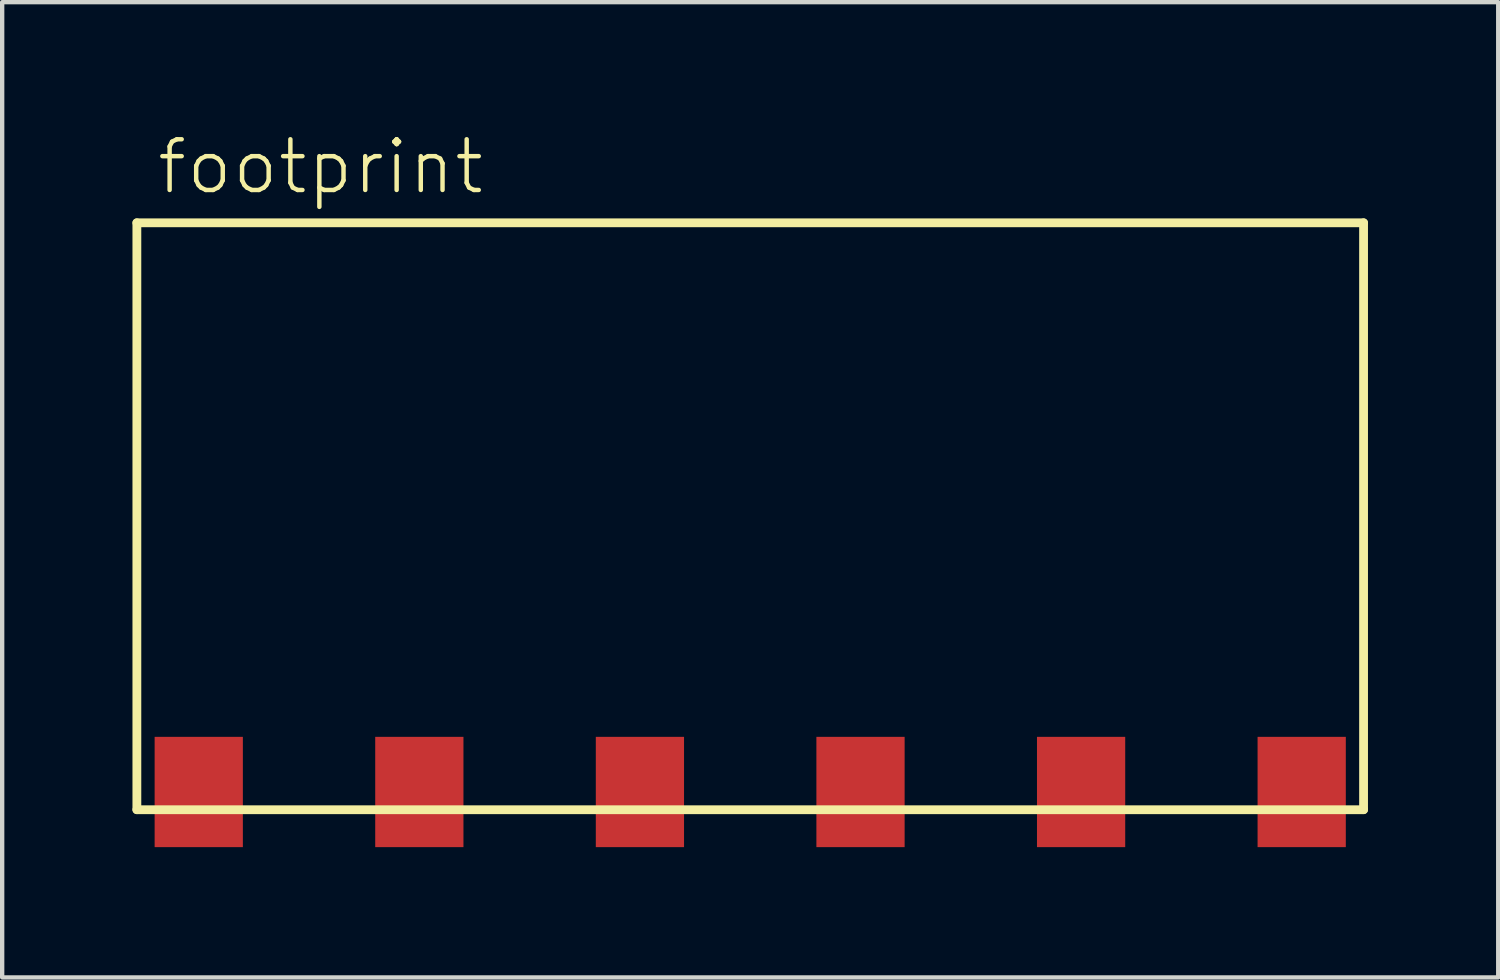
<source format=kicad_pcb>
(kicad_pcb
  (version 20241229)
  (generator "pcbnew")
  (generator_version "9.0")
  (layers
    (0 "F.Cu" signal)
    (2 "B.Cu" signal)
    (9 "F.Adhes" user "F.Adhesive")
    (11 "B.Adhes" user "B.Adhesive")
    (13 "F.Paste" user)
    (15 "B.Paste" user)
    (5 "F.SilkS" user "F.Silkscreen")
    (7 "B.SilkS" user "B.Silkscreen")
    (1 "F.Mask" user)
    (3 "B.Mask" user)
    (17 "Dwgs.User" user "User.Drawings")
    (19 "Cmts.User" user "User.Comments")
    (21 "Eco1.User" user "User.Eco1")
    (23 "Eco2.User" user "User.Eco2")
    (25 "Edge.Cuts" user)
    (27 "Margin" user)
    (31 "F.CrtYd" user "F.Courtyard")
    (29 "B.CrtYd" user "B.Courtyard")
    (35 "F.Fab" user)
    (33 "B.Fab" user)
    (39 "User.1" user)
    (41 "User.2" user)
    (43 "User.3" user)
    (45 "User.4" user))
  (footprint "footprint"
    (layer "F.Cu")
    (at 14.227 15.189)
    (property "Reference" "footprint" (at -13.716 -13.716 0) (layer "F.SilkS") (effects (font (size 1.168 1.168) (thickness 0.102)) (justify left bottom)))
    (fp_line (start -14.125 -13.108) (end 14.125 -13.108) (stroke (width 0.203) (type solid)) (layer "F.SilkS"))
    (fp_line (start -14.125 0.408) (end -14.125 -13.108) (stroke (width 0.203) (type solid)) (layer "F.SilkS"))
    (fp_line (start 14.125 -13.108) (end 14.125 0.408) (stroke (width 0.203) (type solid)) (layer "F.SilkS"))
    (fp_line (start 14.125 0.408) (end -14.125 0.408) (stroke (width 0.203) (type solid)) (layer "F.SilkS"))
    (pad "1" smd rect (at -12.7 0) (size 2.032 2.54) (layers "F.Cu" "F.Mask" "F.Paste"))
    (pad "2" smd rect (at -7.62 0) (size 2.032 2.54) (layers "F.Cu" "F.Mask" "F.Paste"))
    (pad "3" smd rect (at -2.54 0) (size 2.032 2.54) (layers "F.Cu" "F.Mask" "F.Paste"))
    (pad "4" smd rect (at 2.54 0) (size 2.032 2.54) (layers "F.Cu" "F.Mask" "F.Paste"))
    (pad "5" smd rect (at 7.62 0) (size 2.032 2.54) (layers "F.Cu" "F.Mask" "F.Paste"))
    (pad "6" smd rect (at 12.7 0) (size 2.032 2.54) (layers "F.Cu" "F.Mask" "F.Paste")))
  (gr_rect
    (start -3 -3)
    (end 31.453 19.459)
    (stroke (width 0.1) (type default))
    (fill no)
    (layer "Edge.Cuts")))
</source>
